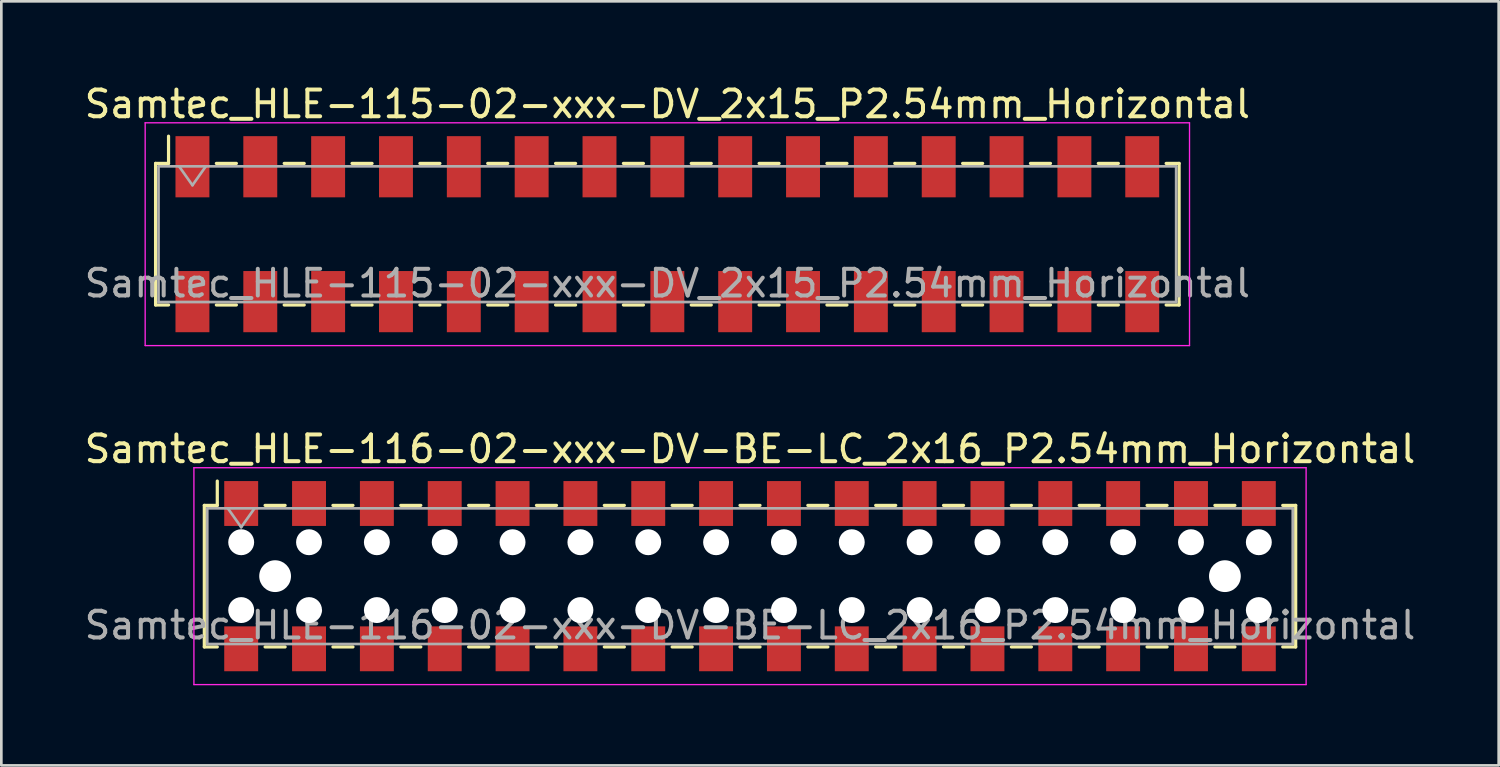
<source format=kicad_pcb>
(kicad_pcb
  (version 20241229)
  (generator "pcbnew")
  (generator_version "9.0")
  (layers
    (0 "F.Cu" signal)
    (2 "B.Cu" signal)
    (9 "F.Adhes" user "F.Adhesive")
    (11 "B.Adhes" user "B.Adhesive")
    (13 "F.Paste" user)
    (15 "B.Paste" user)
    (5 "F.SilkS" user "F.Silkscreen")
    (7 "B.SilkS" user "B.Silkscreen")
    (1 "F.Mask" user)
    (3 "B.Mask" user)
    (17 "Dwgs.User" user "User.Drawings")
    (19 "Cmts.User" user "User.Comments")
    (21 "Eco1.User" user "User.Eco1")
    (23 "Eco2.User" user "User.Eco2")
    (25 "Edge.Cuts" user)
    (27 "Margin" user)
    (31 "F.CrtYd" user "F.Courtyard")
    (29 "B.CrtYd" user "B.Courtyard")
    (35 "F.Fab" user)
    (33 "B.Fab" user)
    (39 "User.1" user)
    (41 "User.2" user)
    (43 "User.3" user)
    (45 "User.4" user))
  (footprint "Samtec_HLE-116-02-xxx-DV-BE-LC_2x16_P2.54mm_Horizontal"
    (layer "F.Cu")
    (at 25.03 18.521)
    (property "Reference" "Samtec_HLE-116-02-xxx-DV-BE-LC_2x16_P2.54mm_Horizontal" (at 0 -4.76 0) (layer "F.SilkS") (effects (font (size 1 1) (thickness 0.15))))
    (attr smd)
    (fp_line (start -20.43 -2.65) (end -20.43 2.65) (stroke (width 0.12) (type solid)) (layer "F.SilkS"))
    (fp_line (start -20.43 2.65) (end -19.945 2.65) (stroke (width 0.12) (type solid)) (layer "F.SilkS"))
    (fp_line (start -19.945 -3.56) (end -19.945 -2.65) (stroke (width 0.12) (type solid)) (layer "F.SilkS"))
    (fp_line (start -19.945 -2.65) (end -20.43 -2.65) (stroke (width 0.12) (type solid)) (layer "F.SilkS"))
    (fp_line (start -18.155 -2.65) (end -17.405 -2.65) (stroke (width 0.12) (type solid)) (layer "F.SilkS"))
    (fp_line (start -18.155 2.65) (end -17.405 2.65) (stroke (width 0.12) (type solid)) (layer "F.SilkS"))
    (fp_line (start -15.615 -2.65) (end -14.865 -2.65) (stroke (width 0.12) (type solid)) (layer "F.SilkS"))
    (fp_line (start -15.615 2.65) (end -14.865 2.65) (stroke (width 0.12) (type solid)) (layer "F.SilkS"))
    (fp_line (start -13.075 -2.65) (end -12.325 -2.65) (stroke (width 0.12) (type solid)) (layer "F.SilkS"))
    (fp_line (start -13.075 2.65) (end -12.325 2.65) (stroke (width 0.12) (type solid)) (layer "F.SilkS"))
    (fp_line (start -10.535 -2.65) (end -9.785 -2.65) (stroke (width 0.12) (type solid)) (layer "F.SilkS"))
    (fp_line (start -10.535 2.65) (end -9.785 2.65) (stroke (width 0.12) (type solid)) (layer "F.SilkS"))
    (fp_line (start -7.995 -2.65) (end -7.245 -2.65) (stroke (width 0.12) (type solid)) (layer "F.SilkS"))
    (fp_line (start -7.995 2.65) (end -7.245 2.65) (stroke (width 0.12) (type solid)) (layer "F.SilkS"))
    (fp_line (start -5.455 -2.65) (end -4.705 -2.65) (stroke (width 0.12) (type solid)) (layer "F.SilkS"))
    (fp_line (start -5.455 2.65) (end -4.705 2.65) (stroke (width 0.12) (type solid)) (layer "F.SilkS"))
    (fp_line (start -2.915 -2.65) (end -2.165 -2.65) (stroke (width 0.12) (type solid)) (layer "F.SilkS"))
    (fp_line (start -2.915 2.65) (end -2.165 2.65) (stroke (width 0.12) (type solid)) (layer "F.SilkS"))
    (fp_line (start -0.375 -2.65) (end 0.375 -2.65) (stroke (width 0.12) (type solid)) (layer "F.SilkS"))
    (fp_line (start -0.375 2.65) (end 0.375 2.65) (stroke (width 0.12) (type solid)) (layer "F.SilkS"))
    (fp_line (start 2.165 -2.65) (end 2.915 -2.65) (stroke (width 0.12) (type solid)) (layer "F.SilkS"))
    (fp_line (start 2.165 2.65) (end 2.915 2.65) (stroke (width 0.12) (type solid)) (layer "F.SilkS"))
    (fp_line (start 4.705 -2.65) (end 5.455 -2.65) (stroke (width 0.12) (type solid)) (layer "F.SilkS"))
    (fp_line (start 4.705 2.65) (end 5.455 2.65) (stroke (width 0.12) (type solid)) (layer "F.SilkS"))
    (fp_line (start 7.245 -2.65) (end 7.995 -2.65) (stroke (width 0.12) (type solid)) (layer "F.SilkS"))
    (fp_line (start 7.245 2.65) (end 7.995 2.65) (stroke (width 0.12) (type solid)) (layer "F.SilkS"))
    (fp_line (start 9.785 -2.65) (end 10.535 -2.65) (stroke (width 0.12) (type solid)) (layer "F.SilkS"))
    (fp_line (start 9.785 2.65) (end 10.535 2.65) (stroke (width 0.12) (type solid)) (layer "F.SilkS"))
    (fp_line (start 12.325 -2.65) (end 13.075 -2.65) (stroke (width 0.12) (type solid)) (layer "F.SilkS"))
    (fp_line (start 12.325 2.65) (end 13.075 2.65) (stroke (width 0.12) (type solid)) (layer "F.SilkS"))
    (fp_line (start 14.865 -2.65) (end 15.615 -2.65) (stroke (width 0.12) (type solid)) (layer "F.SilkS"))
    (fp_line (start 14.865 2.65) (end 15.615 2.65) (stroke (width 0.12) (type solid)) (layer "F.SilkS"))
    (fp_line (start 17.405 -2.65) (end 18.155 -2.65) (stroke (width 0.12) (type solid)) (layer "F.SilkS"))
    (fp_line (start 17.405 2.65) (end 18.155 2.65) (stroke (width 0.12) (type solid)) (layer "F.SilkS"))
    (fp_line (start 19.945 -2.65) (end 20.43 -2.65) (stroke (width 0.12) (type solid)) (layer "F.SilkS"))
    (fp_line (start 20.43 -2.65) (end 20.43 2.65) (stroke (width 0.12) (type solid)) (layer "F.SilkS"))
    (fp_line (start 20.43 2.65) (end 19.945 2.65) (stroke (width 0.12) (type solid)) (layer "F.SilkS"))
    (fp_line (start -20.82 -4.06) (end 20.82 -4.06) (stroke (width 0.05) (type solid)) (layer "F.CrtYd"))
    (fp_line (start -20.82 4.06) (end -20.82 -4.06) (stroke (width 0.05) (type solid)) (layer "F.CrtYd"))
    (fp_line (start 20.82 -4.06) (end 20.82 4.06) (stroke (width 0.05) (type solid)) (layer "F.CrtYd"))
    (fp_line (start 20.82 4.06) (end -20.82 4.06) (stroke (width 0.05) (type solid)) (layer "F.CrtYd"))
    (fp_line (start -20.32 -2.54) (end 20.32 -2.54) (stroke (width 0.1) (type solid)) (layer "F.Fab"))
    (fp_line (start -20.32 2.54) (end -20.32 -2.54) (stroke (width 0.1) (type solid)) (layer "F.Fab"))
    (fp_line (start -19.55 -2.54) (end -19.05 -1.833) (stroke (width 0.1) (type solid)) (layer "F.Fab"))
    (fp_line (start -19.05 -1.833) (end -18.55 -2.54) (stroke (width 0.1) (type solid)) (layer "F.Fab"))
    (fp_line (start 20.32 -2.54) (end 20.32 2.54) (stroke (width 0.1) (type solid)) (layer "F.Fab"))
    (fp_line (start 20.32 2.54) (end -20.32 2.54) (stroke (width 0.1) (type solid)) (layer "F.Fab"))
    (fp_text user "${REFERENCE}" (at 0 1.84 0) (layer "F.Fab") (effects (font (size 1 1) (thickness 0.15))))
    (pad "" np_thru_hole circle (at -19.05 -1.27) (size 0.97 0.97) (drill 0.97) (layers "*.Cu" "*.Mask"))
    (pad "" np_thru_hole circle (at -19.05 1.27) (size 0.97 0.97) (drill 0.97) (layers "*.Cu" "*.Mask"))
    (pad "" np_thru_hole circle (at -17.78 0) (size 1.19 1.19) (drill 1.19) (layers "*.Cu" "*.Mask"))
    (pad "" np_thru_hole circle (at -16.51 -1.27) (size 0.97 0.97) (drill 0.97) (layers "*.Cu" "*.Mask"))
    (pad "" np_thru_hole circle (at -16.51 1.27) (size 0.97 0.97) (drill 0.97) (layers "*.Cu" "*.Mask"))
    (pad "" np_thru_hole circle (at -13.97 -1.27) (size 0.97 0.97) (drill 0.97) (layers "*.Cu" "*.Mask"))
    (pad "" np_thru_hole circle (at -13.97 1.27) (size 0.97 0.97) (drill 0.97) (layers "*.Cu" "*.Mask"))
    (pad "" np_thru_hole circle (at -11.43 -1.27) (size 0.97 0.97) (drill 0.97) (layers "*.Cu" "*.Mask"))
    (pad "" np_thru_hole circle (at -11.43 1.27) (size 0.97 0.97) (drill 0.97) (layers "*.Cu" "*.Mask"))
    (pad "" np_thru_hole circle (at -8.89 -1.27) (size 0.97 0.97) (drill 0.97) (layers "*.Cu" "*.Mask"))
    (pad "" np_thru_hole circle (at -8.89 1.27) (size 0.97 0.97) (drill 0.97) (layers "*.Cu" "*.Mask"))
    (pad "" np_thru_hole circle (at -6.35 -1.27) (size 0.97 0.97) (drill 0.97) (layers "*.Cu" "*.Mask"))
    (pad "" np_thru_hole circle (at -6.35 1.27) (size 0.97 0.97) (drill 0.97) (layers "*.Cu" "*.Mask"))
    (pad "" np_thru_hole circle (at -3.81 -1.27) (size 0.97 0.97) (drill 0.97) (layers "*.Cu" "*.Mask"))
    (pad "" np_thru_hole circle (at -3.81 1.27) (size 0.97 0.97) (drill 0.97) (layers "*.Cu" "*.Mask"))
    (pad "" np_thru_hole circle (at -1.27 -1.27) (size 0.97 0.97) (drill 0.97) (layers "*.Cu" "*.Mask"))
    (pad "" np_thru_hole circle (at -1.27 1.27) (size 0.97 0.97) (drill 0.97) (layers "*.Cu" "*.Mask"))
    (pad "" np_thru_hole circle (at 1.27 -1.27) (size 0.97 0.97) (drill 0.97) (layers "*.Cu" "*.Mask"))
    (pad "" np_thru_hole circle (at 1.27 1.27) (size 0.97 0.97) (drill 0.97) (layers "*.Cu" "*.Mask"))
    (pad "" np_thru_hole circle (at 3.81 -1.27) (size 0.97 0.97) (drill 0.97) (layers "*.Cu" "*.Mask"))
    (pad "" np_thru_hole circle (at 3.81 1.27) (size 0.97 0.97) (drill 0.97) (layers "*.Cu" "*.Mask"))
    (pad "" np_thru_hole circle (at 6.35 -1.27) (size 0.97 0.97) (drill 0.97) (layers "*.Cu" "*.Mask"))
    (pad "" np_thru_hole circle (at 6.35 1.27) (size 0.97 0.97) (drill 0.97) (layers "*.Cu" "*.Mask"))
    (pad "" np_thru_hole circle (at 8.89 -1.27) (size 0.97 0.97) (drill 0.97) (layers "*.Cu" "*.Mask"))
    (pad "" np_thru_hole circle (at 8.89 1.27) (size 0.97 0.97) (drill 0.97) (layers "*.Cu" "*.Mask"))
    (pad "" np_thru_hole circle (at 11.43 -1.27) (size 0.97 0.97) (drill 0.97) (layers "*.Cu" "*.Mask"))
    (pad "" np_thru_hole circle (at 11.43 1.27) (size 0.97 0.97) (drill 0.97) (layers "*.Cu" "*.Mask"))
    (pad "" np_thru_hole circle (at 13.97 -1.27) (size 0.97 0.97) (drill 0.97) (layers "*.Cu" "*.Mask"))
    (pad "" np_thru_hole circle (at 13.97 1.27) (size 0.97 0.97) (drill 0.97) (layers "*.Cu" "*.Mask"))
    (pad "" np_thru_hole circle (at 16.51 -1.27) (size 0.97 0.97) (drill 0.97) (layers "*.Cu" "*.Mask"))
    (pad "" np_thru_hole circle (at 16.51 1.27) (size 0.97 0.97) (drill 0.97) (layers "*.Cu" "*.Mask"))
    (pad "" np_thru_hole circle (at 17.78 0) (size 1.19 1.19) (drill 1.19) (layers "*.Cu" "*.Mask"))
    (pad "" np_thru_hole circle (at 19.05 -1.27) (size 0.97 0.97) (drill 0.97) (layers "*.Cu" "*.Mask"))
    (pad "" np_thru_hole circle (at 19.05 1.27) (size 0.97 0.97) (drill 0.97) (layers "*.Cu" "*.Mask"))
    (pad "1" smd rect (at -19.05 -2.72) (size 1.27 1.68) (layers "F.Cu" "F.Mask" "F.Paste"))
    (pad "2" smd rect (at -19.05 2.72) (size 1.27 1.68) (layers "F.Cu" "F.Mask" "F.Paste"))
    (pad "3" smd rect (at -16.51 -2.72) (size 1.27 1.68) (layers "F.Cu" "F.Mask" "F.Paste"))
    (pad "4" smd rect (at -16.51 2.72) (size 1.27 1.68) (layers "F.Cu" "F.Mask" "F.Paste"))
    (pad "5" smd rect (at -13.97 -2.72) (size 1.27 1.68) (layers "F.Cu" "F.Mask" "F.Paste"))
    (pad "6" smd rect (at -13.97 2.72) (size 1.27 1.68) (layers "F.Cu" "F.Mask" "F.Paste"))
    (pad "7" smd rect (at -11.43 -2.72) (size 1.27 1.68) (layers "F.Cu" "F.Mask" "F.Paste"))
    (pad "8" smd rect (at -11.43 2.72) (size 1.27 1.68) (layers "F.Cu" "F.Mask" "F.Paste"))
    (pad "9" smd rect (at -8.89 -2.72) (size 1.27 1.68) (layers "F.Cu" "F.Mask" "F.Paste"))
    (pad "10" smd rect (at -8.89 2.72) (size 1.27 1.68) (layers "F.Cu" "F.Mask" "F.Paste"))
    (pad "11" smd rect (at -6.35 -2.72) (size 1.27 1.68) (layers "F.Cu" "F.Mask" "F.Paste"))
    (pad "12" smd rect (at -6.35 2.72) (size 1.27 1.68) (layers "F.Cu" "F.Mask" "F.Paste"))
    (pad "13" smd rect (at -3.81 -2.72) (size 1.27 1.68) (layers "F.Cu" "F.Mask" "F.Paste"))
    (pad "14" smd rect (at -3.81 2.72) (size 1.27 1.68) (layers "F.Cu" "F.Mask" "F.Paste"))
    (pad "15" smd rect (at -1.27 -2.72) (size 1.27 1.68) (layers "F.Cu" "F.Mask" "F.Paste"))
    (pad "16" smd rect (at -1.27 2.72) (size 1.27 1.68) (layers "F.Cu" "F.Mask" "F.Paste"))
    (pad "17" smd rect (at 1.27 -2.72) (size 1.27 1.68) (layers "F.Cu" "F.Mask" "F.Paste"))
    (pad "18" smd rect (at 1.27 2.72) (size 1.27 1.68) (layers "F.Cu" "F.Mask" "F.Paste"))
    (pad "19" smd rect (at 3.81 -2.72) (size 1.27 1.68) (layers "F.Cu" "F.Mask" "F.Paste"))
    (pad "20" smd rect (at 3.81 2.72) (size 1.27 1.68) (layers "F.Cu" "F.Mask" "F.Paste"))
    (pad "21" smd rect (at 6.35 -2.72) (size 1.27 1.68) (layers "F.Cu" "F.Mask" "F.Paste"))
    (pad "22" smd rect (at 6.35 2.72) (size 1.27 1.68) (layers "F.Cu" "F.Mask" "F.Paste"))
    (pad "23" smd rect (at 8.89 -2.72) (size 1.27 1.68) (layers "F.Cu" "F.Mask" "F.Paste"))
    (pad "24" smd rect (at 8.89 2.72) (size 1.27 1.68) (layers "F.Cu" "F.Mask" "F.Paste"))
    (pad "25" smd rect (at 11.43 -2.72) (size 1.27 1.68) (layers "F.Cu" "F.Mask" "F.Paste"))
    (pad "26" smd rect (at 11.43 2.72) (size 1.27 1.68) (layers "F.Cu" "F.Mask" "F.Paste"))
    (pad "27" smd rect (at 13.97 -2.72) (size 1.27 1.68) (layers "F.Cu" "F.Mask" "F.Paste"))
    (pad "28" smd rect (at 13.97 2.72) (size 1.27 1.68) (layers "F.Cu" "F.Mask" "F.Paste"))
    (pad "29" smd rect (at 16.51 -2.72) (size 1.27 1.68) (layers "F.Cu" "F.Mask" "F.Paste"))
    (pad "30" smd rect (at 16.51 2.72) (size 1.27 1.68) (layers "F.Cu" "F.Mask" "F.Paste"))
    (pad "31" smd rect (at 19.05 -2.72) (size 1.27 1.68) (layers "F.Cu" "F.Mask" "F.Paste"))
    (pad "32" smd rect (at 19.05 2.72) (size 1.27 1.68) (layers "F.Cu" "F.Mask" "F.Paste")))
  (footprint "Samtec_HLE-115-02-xxx-DV_2x15_P2.54mm_Horizontal"
    (layer "F.Cu")
    (at 21.935 5.718)
    (property "Reference" "Samtec_HLE-115-02-xxx-DV_2x15_P2.54mm_Horizontal" (at 0 -4.87 0) (layer "F.SilkS") (effects (font (size 1 1) (thickness 0.15))))
    (attr smd)
    (fp_line (start -19.16 -2.65) (end -19.16 2.65) (stroke (width 0.12) (type solid)) (layer "F.SilkS"))
    (fp_line (start -19.16 2.65) (end -18.675 2.65) (stroke (width 0.12) (type solid)) (layer "F.SilkS"))
    (fp_line (start -18.675 -3.67) (end -18.675 -2.65) (stroke (width 0.12) (type solid)) (layer "F.SilkS"))
    (fp_line (start -18.675 -2.65) (end -19.16 -2.65) (stroke (width 0.12) (type solid)) (layer "F.SilkS"))
    (fp_line (start -16.885 -2.65) (end -16.135 -2.65) (stroke (width 0.12) (type solid)) (layer "F.SilkS"))
    (fp_line (start -16.885 2.65) (end -16.135 2.65) (stroke (width 0.12) (type solid)) (layer "F.SilkS"))
    (fp_line (start -14.345 -2.65) (end -13.595 -2.65) (stroke (width 0.12) (type solid)) (layer "F.SilkS"))
    (fp_line (start -14.345 2.65) (end -13.595 2.65) (stroke (width 0.12) (type solid)) (layer "F.SilkS"))
    (fp_line (start -11.805 -2.65) (end -11.055 -2.65) (stroke (width 0.12) (type solid)) (layer "F.SilkS"))
    (fp_line (start -11.805 2.65) (end -11.055 2.65) (stroke (width 0.12) (type solid)) (layer "F.SilkS"))
    (fp_line (start -9.265 -2.65) (end -8.515 -2.65) (stroke (width 0.12) (type solid)) (layer "F.SilkS"))
    (fp_line (start -9.265 2.65) (end -8.515 2.65) (stroke (width 0.12) (type solid)) (layer "F.SilkS"))
    (fp_line (start -6.725 -2.65) (end -5.975 -2.65) (stroke (width 0.12) (type solid)) (layer "F.SilkS"))
    (fp_line (start -6.725 2.65) (end -5.975 2.65) (stroke (width 0.12) (type solid)) (layer "F.SilkS"))
    (fp_line (start -4.185 -2.65) (end -3.435 -2.65) (stroke (width 0.12) (type solid)) (layer "F.SilkS"))
    (fp_line (start -4.185 2.65) (end -3.435 2.65) (stroke (width 0.12) (type solid)) (layer "F.SilkS"))
    (fp_line (start -1.645 -2.65) (end -0.895 -2.65) (stroke (width 0.12) (type solid)) (layer "F.SilkS"))
    (fp_line (start -1.645 2.65) (end -0.895 2.65) (stroke (width 0.12) (type solid)) (layer "F.SilkS"))
    (fp_line (start 0.895 -2.65) (end 1.645 -2.65) (stroke (width 0.12) (type solid)) (layer "F.SilkS"))
    (fp_line (start 0.895 2.65) (end 1.645 2.65) (stroke (width 0.12) (type solid)) (layer "F.SilkS"))
    (fp_line (start 3.435 -2.65) (end 4.185 -2.65) (stroke (width 0.12) (type solid)) (layer "F.SilkS"))
    (fp_line (start 3.435 2.65) (end 4.185 2.65) (stroke (width 0.12) (type solid)) (layer "F.SilkS"))
    (fp_line (start 5.975 -2.65) (end 6.725 -2.65) (stroke (width 0.12) (type solid)) (layer "F.SilkS"))
    (fp_line (start 5.975 2.65) (end 6.725 2.65) (stroke (width 0.12) (type solid)) (layer "F.SilkS"))
    (fp_line (start 8.515 -2.65) (end 9.265 -2.65) (stroke (width 0.12) (type solid)) (layer "F.SilkS"))
    (fp_line (start 8.515 2.65) (end 9.265 2.65) (stroke (width 0.12) (type solid)) (layer "F.SilkS"))
    (fp_line (start 11.055 -2.65) (end 11.805 -2.65) (stroke (width 0.12) (type solid)) (layer "F.SilkS"))
    (fp_line (start 11.055 2.65) (end 11.805 2.65) (stroke (width 0.12) (type solid)) (layer "F.SilkS"))
    (fp_line (start 13.595 -2.65) (end 14.345 -2.65) (stroke (width 0.12) (type solid)) (layer "F.SilkS"))
    (fp_line (start 13.595 2.65) (end 14.345 2.65) (stroke (width 0.12) (type solid)) (layer "F.SilkS"))
    (fp_line (start 16.135 -2.65) (end 16.885 -2.65) (stroke (width 0.12) (type solid)) (layer "F.SilkS"))
    (fp_line (start 16.135 2.65) (end 16.885 2.65) (stroke (width 0.12) (type solid)) (layer "F.SilkS"))
    (fp_line (start 18.675 -2.65) (end 19.16 -2.65) (stroke (width 0.12) (type solid)) (layer "F.SilkS"))
    (fp_line (start 19.16 -2.65) (end 19.16 2.65) (stroke (width 0.12) (type solid)) (layer "F.SilkS"))
    (fp_line (start 19.16 2.65) (end 18.675 2.65) (stroke (width 0.12) (type solid)) (layer "F.SilkS"))
    (fp_line (start -19.55 -4.17) (end 19.55 -4.17) (stroke (width 0.05) (type solid)) (layer "F.CrtYd"))
    (fp_line (start -19.55 4.17) (end -19.55 -4.17) (stroke (width 0.05) (type solid)) (layer "F.CrtYd"))
    (fp_line (start 19.55 -4.17) (end 19.55 4.17) (stroke (width 0.05) (type solid)) (layer "F.CrtYd"))
    (fp_line (start 19.55 4.17) (end -19.55 4.17) (stroke (width 0.05) (type solid)) (layer "F.CrtYd"))
    (fp_line (start -19.05 -2.54) (end 19.05 -2.54) (stroke (width 0.1) (type solid)) (layer "F.Fab"))
    (fp_line (start -19.05 2.54) (end -19.05 -2.54) (stroke (width 0.1) (type solid)) (layer "F.Fab"))
    (fp_line (start -18.28 -2.54) (end -17.78 -1.833) (stroke (width 0.1) (type solid)) (layer "F.Fab"))
    (fp_line (start -17.78 -1.833) (end -17.28 -2.54) (stroke (width 0.1) (type solid)) (layer "F.Fab"))
    (fp_line (start 19.05 -2.54) (end 19.05 2.54) (stroke (width 0.1) (type solid)) (layer "F.Fab"))
    (fp_line (start 19.05 2.54) (end -19.05 2.54) (stroke (width 0.1) (type solid)) (layer "F.Fab"))
    (fp_text user "${REFERENCE}" (at 0 1.84 0) (layer "F.Fab") (effects (font (size 1 1) (thickness 0.15))))
    (pad "1" smd rect (at -17.78 -2.525) (size 1.27 2.29) (layers "F.Cu" "F.Mask" "F.Paste"))
    (pad "2" smd rect (at -17.78 2.525) (size 1.27 2.29) (layers "F.Cu" "F.Mask" "F.Paste"))
    (pad "3" smd rect (at -15.24 -2.525) (size 1.27 2.29) (layers "F.Cu" "F.Mask" "F.Paste"))
    (pad "4" smd rect (at -15.24 2.525) (size 1.27 2.29) (layers "F.Cu" "F.Mask" "F.Paste"))
    (pad "5" smd rect (at -12.7 -2.525) (size 1.27 2.29) (layers "F.Cu" "F.Mask" "F.Paste"))
    (pad "6" smd rect (at -12.7 2.525) (size 1.27 2.29) (layers "F.Cu" "F.Mask" "F.Paste"))
    (pad "7" smd rect (at -10.16 -2.525) (size 1.27 2.29) (layers "F.Cu" "F.Mask" "F.Paste"))
    (pad "8" smd rect (at -10.16 2.525) (size 1.27 2.29) (layers "F.Cu" "F.Mask" "F.Paste"))
    (pad "9" smd rect (at -7.62 -2.525) (size 1.27 2.29) (layers "F.Cu" "F.Mask" "F.Paste"))
    (pad "10" smd rect (at -7.62 2.525) (size 1.27 2.29) (layers "F.Cu" "F.Mask" "F.Paste"))
    (pad "11" smd rect (at -5.08 -2.525) (size 1.27 2.29) (layers "F.Cu" "F.Mask" "F.Paste"))
    (pad "12" smd rect (at -5.08 2.525) (size 1.27 2.29) (layers "F.Cu" "F.Mask" "F.Paste"))
    (pad "13" smd rect (at -2.54 -2.525) (size 1.27 2.29) (layers "F.Cu" "F.Mask" "F.Paste"))
    (pad "14" smd rect (at -2.54 2.525) (size 1.27 2.29) (layers "F.Cu" "F.Mask" "F.Paste"))
    (pad "15" smd rect (at 0 -2.525) (size 1.27 2.29) (layers "F.Cu" "F.Mask" "F.Paste"))
    (pad "16" smd rect (at 0 2.525) (size 1.27 2.29) (layers "F.Cu" "F.Mask" "F.Paste"))
    (pad "17" smd rect (at 2.54 -2.525) (size 1.27 2.29) (layers "F.Cu" "F.Mask" "F.Paste"))
    (pad "18" smd rect (at 2.54 2.525) (size 1.27 2.29) (layers "F.Cu" "F.Mask" "F.Paste"))
    (pad "19" smd rect (at 5.08 -2.525) (size 1.27 2.29) (layers "F.Cu" "F.Mask" "F.Paste"))
    (pad "20" smd rect (at 5.08 2.525) (size 1.27 2.29) (layers "F.Cu" "F.Mask" "F.Paste"))
    (pad "21" smd rect (at 7.62 -2.525) (size 1.27 2.29) (layers "F.Cu" "F.Mask" "F.Paste"))
    (pad "22" smd rect (at 7.62 2.525) (size 1.27 2.29) (layers "F.Cu" "F.Mask" "F.Paste"))
    (pad "23" smd rect (at 10.16 -2.525) (size 1.27 2.29) (layers "F.Cu" "F.Mask" "F.Paste"))
    (pad "24" smd rect (at 10.16 2.525) (size 1.27 2.29) (layers "F.Cu" "F.Mask" "F.Paste"))
    (pad "25" smd rect (at 12.7 -2.525) (size 1.27 2.29) (layers "F.Cu" "F.Mask" "F.Paste"))
    (pad "26" smd rect (at 12.7 2.525) (size 1.27 2.29) (layers "F.Cu" "F.Mask" "F.Paste"))
    (pad "27" smd rect (at 15.24 -2.525) (size 1.27 2.29) (layers "F.Cu" "F.Mask" "F.Paste"))
    (pad "28" smd rect (at 15.24 2.525) (size 1.27 2.29) (layers "F.Cu" "F.Mask" "F.Paste"))
    (pad "29" smd rect (at 17.78 -2.525) (size 1.27 2.29) (layers "F.Cu" "F.Mask" "F.Paste"))
    (pad "30" smd rect (at 17.78 2.525) (size 1.27 2.29) (layers "F.Cu" "F.Mask" "F.Paste")))
  (gr_rect
    (start -3 -3)
    (end 53.06 25.607)
    (stroke (width 0.1) (type default))
    (fill no)
    (layer "Edge.Cuts")))
</source>
